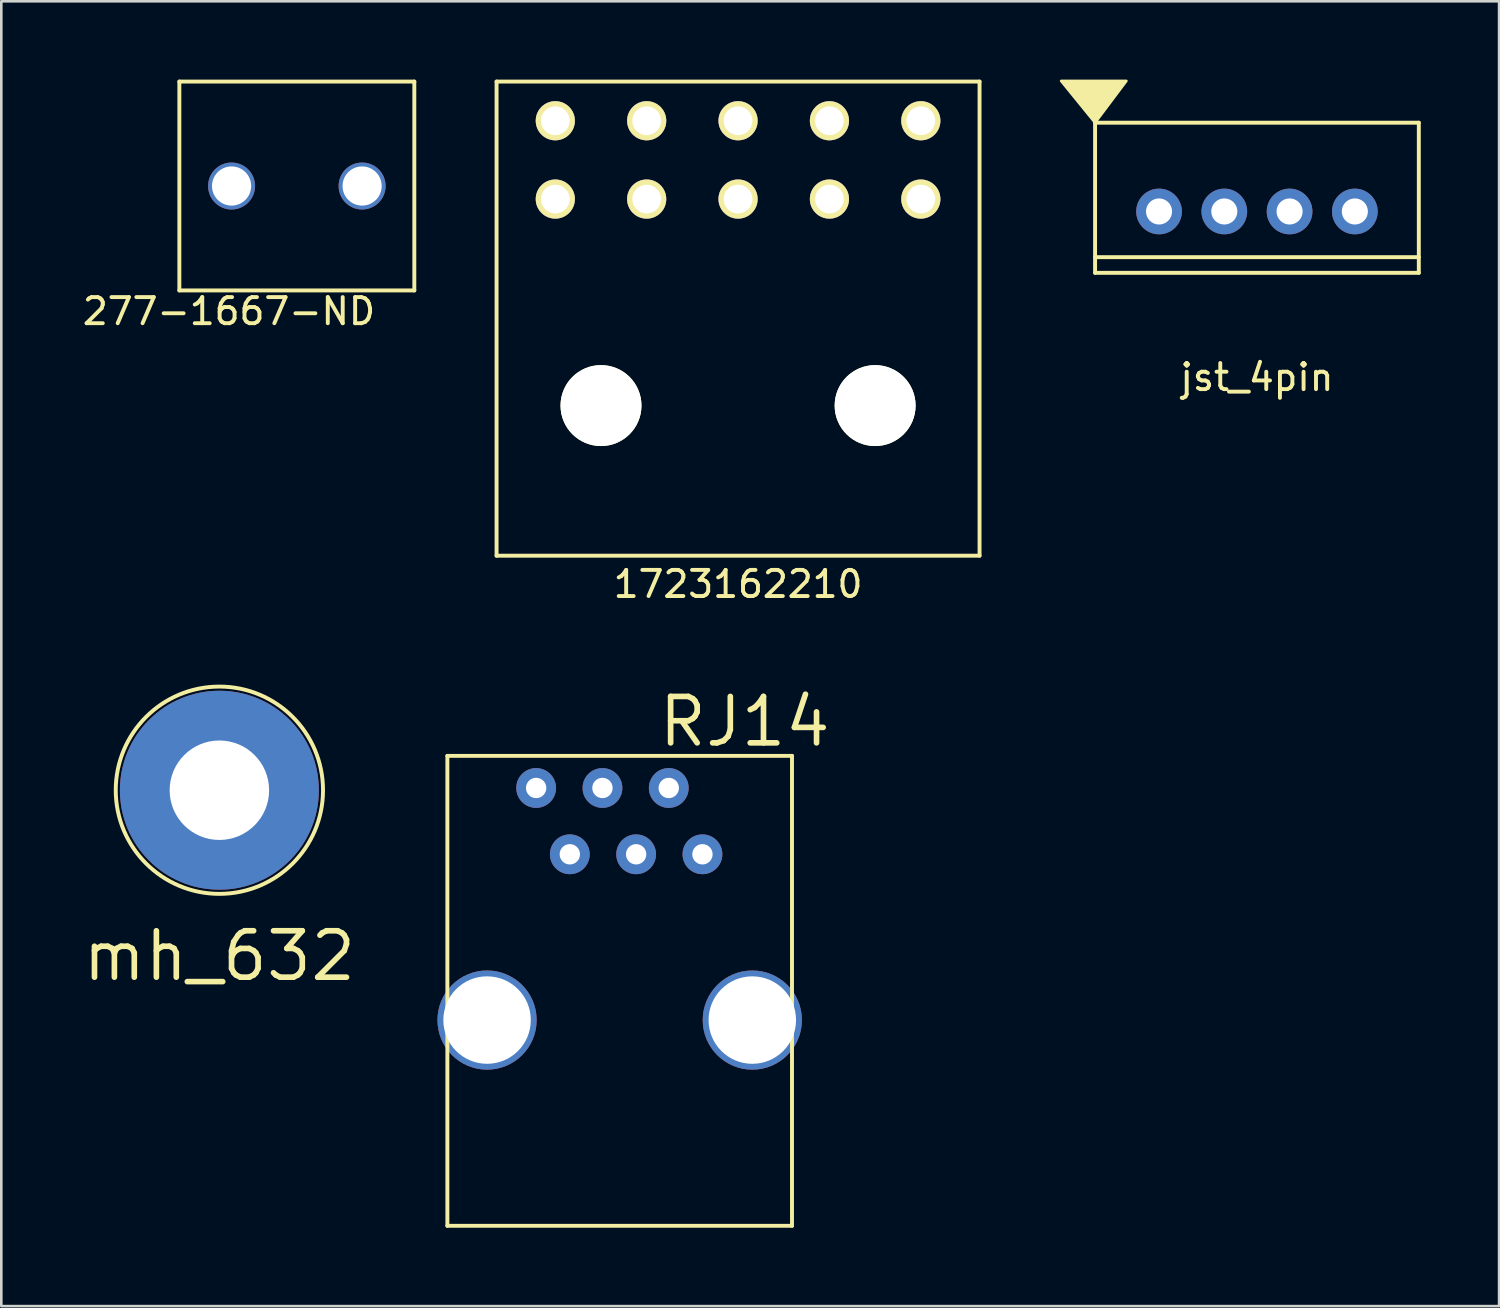
<source format=kicad_pcb>
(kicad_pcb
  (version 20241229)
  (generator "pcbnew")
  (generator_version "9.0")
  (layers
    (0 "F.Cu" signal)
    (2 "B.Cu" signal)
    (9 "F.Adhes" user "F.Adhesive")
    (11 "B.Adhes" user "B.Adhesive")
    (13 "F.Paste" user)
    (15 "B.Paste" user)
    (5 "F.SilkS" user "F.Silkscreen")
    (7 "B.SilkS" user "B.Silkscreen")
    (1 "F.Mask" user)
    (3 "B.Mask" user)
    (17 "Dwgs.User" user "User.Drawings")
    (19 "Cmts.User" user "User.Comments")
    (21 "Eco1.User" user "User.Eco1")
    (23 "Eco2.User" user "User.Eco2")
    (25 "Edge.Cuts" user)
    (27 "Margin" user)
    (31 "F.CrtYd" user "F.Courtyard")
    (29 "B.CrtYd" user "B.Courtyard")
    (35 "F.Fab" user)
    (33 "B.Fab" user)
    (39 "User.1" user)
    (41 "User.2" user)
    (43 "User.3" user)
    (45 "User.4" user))
  (footprint "jst_4pin"
    (layer "F.Cu")
    (at 45.095 5.05)
    (property "Reference" "jst_4pin" (at 0 6.35 0) (layer "F.SilkS") (effects (font (size 1 1) (thickness 0.15))))
    (attr through_hole)
    (fp_line (start -6.2 -3.4) (end 6.2 -3.4) (stroke (width 0.15) (type solid)) (layer "F.SilkS"))
    (fp_line (start -6.2 1.75) (end 6.2 1.75) (stroke (width 0.15) (type solid)) (layer "F.SilkS"))
    (fp_line (start -6.2 2.35) (end -6.2 -3.4) (stroke (width 0.15) (type solid)) (layer "F.SilkS"))
    (fp_line (start -6.2 2.35) (end 6.2 2.35) (stroke (width 0.15) (type solid)) (layer "F.SilkS"))
    (fp_line (start 6.2 2.35) (end 6.2 -3.4) (stroke (width 0.15) (type solid)) (layer "F.SilkS"))
    (fp_poly (pts (xy -6.2 -3.4) (xy -7.5 -5) (xy -5 -5)) (stroke (width 0.1) (type solid)) (fill yes) (layer "F.SilkS"))
    (pad "1" thru_hole circle (at -3.75 0) (size 1.75 1.75) (drill 1) (layers "*.Cu" "*.Mask"))
    (pad "2" thru_hole circle (at -1.25 0) (size 1.75 1.75) (drill 1) (layers "*.Cu" "*.Mask"))
    (pad "3" thru_hole circle (at 1.25 0) (size 1.75 1.75) (drill 1) (layers "*.Cu" "*.Mask"))
    (pad "4" thru_hole circle (at 3.75 0) (size 1.75 1.75) (drill 1) (layers "*.Cu" "*.Mask")))
  (footprint "1723162210"
    (layer "F.Cu")
    (at 25.22 4.575)
    (property "Reference" "1723162210" (at 0 14.75 0) (layer "F.SilkS") (effects (font (size 1 1) (thickness 0.15))))
    (attr through_hole)
    (fp_line (start -9.25 -4.5) (end -9.25 13.66) (stroke (width 0.15) (type solid)) (layer "F.SilkS"))
    (fp_line (start -9.25 -4.5) (end 9.25 -4.5) (stroke (width 0.15) (type solid)) (layer "F.SilkS"))
    (fp_line (start -9.25 13.66) (end 9.25 13.66) (stroke (width 0.15) (type solid)) (layer "F.SilkS"))
    (fp_line (start 9.25 -4.5) (end 9.25 13.66) (stroke (width 0.15) (type solid)) (layer "F.SilkS"))
    (pad "" np_thru_hole circle (at -5.25 7.91) (size 3.1 3.1) (drill 3.1) (layers "*.Cu" "*.Mask" "F.SilkS"))
    (pad "" np_thru_hole circle (at 5.25 7.91) (size 3.1 3.1) (drill 3.1) (layers "*.Cu" "*.Mask" "F.SilkS"))
    (pad "1" thru_hole circle (at 7 0) (size 1.5 1.5) (drill 1.1) (layers "*.Cu" "*.Mask" "F.SilkS"))
    (pad "2" thru_hole circle (at 3.5 0) (size 1.5 1.5) (drill 1.1) (layers "*.Cu" "*.Mask" "F.SilkS"))
    (pad "3" thru_hole circle (at 0 0) (size 1.5 1.5) (drill 1.1) (layers "*.Cu" "*.Mask" "F.SilkS"))
    (pad "4" thru_hole circle (at -3.5 0) (size 1.5 1.5) (drill 1.1) (layers "*.Cu" "*.Mask" "F.SilkS"))
    (pad "5" thru_hole circle (at -7 0) (size 1.5 1.5) (drill 1.1) (layers "*.Cu" "*.Mask" "F.SilkS"))
    (pad "6" thru_hole circle (at 7 -3) (size 1.5 1.5) (drill 1.1) (layers "*.Cu" "*.Mask" "F.SilkS"))
    (pad "7" thru_hole circle (at 3.5 -3) (size 1.5 1.5) (drill 1.1) (layers "*.Cu" "*.Mask" "F.SilkS"))
    (pad "8" thru_hole circle (at 0 -3) (size 1.5 1.5) (drill 1.1) (layers "*.Cu" "*.Mask" "F.SilkS"))
    (pad "9" thru_hole circle (at -3.5 -3) (size 1.5 1.5) (drill 1.1) (layers "*.Cu" "*.Mask" "F.SilkS"))
    (pad "10" thru_hole circle (at -7 -3) (size 1.5 1.5) (drill 1.1) (layers "*.Cu" "*.Mask" "F.SilkS")))
  (footprint "277-1667-ND"
    (layer "F.Cu")
    (at 3.82 8.075)
    (property "Reference" "277-1667-ND" (at 1.9 0.8 0) (layer "F.SilkS") (effects (font (size 1 1) (thickness 0.15))))
    (attr through_hole)
    (fp_line (start 0 -8) (end 9 -8) (stroke (width 0.15) (type solid)) (layer "F.SilkS"))
    (fp_line (start 0 0) (end 0 -8) (stroke (width 0.15) (type solid)) (layer "F.SilkS"))
    (fp_line (start 0 0) (end 9 0) (stroke (width 0.15) (type solid)) (layer "F.SilkS"))
    (fp_line (start 9 0) (end 9 -8) (stroke (width 0.15) (type solid)) (layer "F.SilkS"))
    (pad "1" thru_hole circle (at 2 -4) (size 1.8 1.8) (drill 1.5) (layers "*.Cu" "*.Mask"))
    (pad "2" thru_hole circle (at 7 -4) (size 1.8 1.8) (drill 1.5) (layers "*.Cu" "*.Mask")))
  (footprint "mh_632"
    (layer "F.Cu")
    (at 5.353 27.218)
    (property "Reference" "mh_632" (at 0 6.35 0) (layer "F.SilkS") (effects (font (size 1.778 1.778) (thickness 0.216))))
    (attr through_hole)
    (fp_circle (center 0 0) (end -2.6 -3) (stroke (width 0.15) (type solid)) (fill no) (layer "F.SilkS"))
    (pad "1" thru_hole circle (at 0 0) (size 7.62 7.62) (drill 3.81) (layers "*.Cu" "*.Mask")))
  (footprint "RJ14"
    (layer "F.Cu")
    (at 20.686 36.022)
    (property "Reference" "RJ14" (at 4.788 -11.43 0) (layer "F.SilkS") (effects (font (size 1.778 1.778) (thickness 0.216))))
    (attr through_hole)
    (fp_line (start -6.6 -10.12) (end -6.6 7.88) (stroke (width 0.15) (type solid)) (layer "F.SilkS"))
    (fp_line (start -6.6 -10.12) (end 6.6 -10.12) (stroke (width 0.15) (type solid)) (layer "F.SilkS"))
    (fp_line (start -6.6 7.88) (end 6.6 7.88) (stroke (width 0.15) (type solid)) (layer "F.SilkS"))
    (fp_line (start 6.6 -10.12) (end 6.6 7.88) (stroke (width 0.15) (type solid)) (layer "F.SilkS"))
    (pad "1" thru_hole circle (at -3.2 -8.89) (size 1.524 1.524) (drill 0.78) (layers "*.Cu" "*.Mask"))
    (pad "2" thru_hole circle (at -1.91 -6.35) (size 1.524 1.524) (drill 0.78) (layers "*.Cu" "*.Mask"))
    (pad "3" thru_hole circle (at -0.66 -8.89) (size 1.524 1.524) (drill 0.78) (layers "*.Cu" "*.Mask"))
    (pad "4" thru_hole circle (at 0.63 -6.35) (size 1.524 1.524) (drill 0.78) (layers "*.Cu" "*.Mask"))
    (pad "5" thru_hole circle (at 1.88 -8.89) (size 1.524 1.524) (drill 0.78) (layers "*.Cu" "*.Mask"))
    (pad "6" thru_hole circle (at 3.17 -6.35) (size 1.524 1.524) (drill 0.78) (layers "*.Cu" "*.Mask"))
    (pad "MECH" thru_hole circle (at -5.08 0) (size 3.8 3.8) (drill 3.35) (layers "*.Cu" "*.Mask"))
    (pad "MECH" thru_hole circle (at 5.08 0) (size 3.8 3.8) (drill 3.35) (layers "*.Cu" "*.Mask")))
  (gr_rect
    (start -3 -3)
    (end 54.37 46.977)
    (stroke (width 0.1) (type default))
    (fill no)
    (layer "Edge.Cuts")))
</source>
